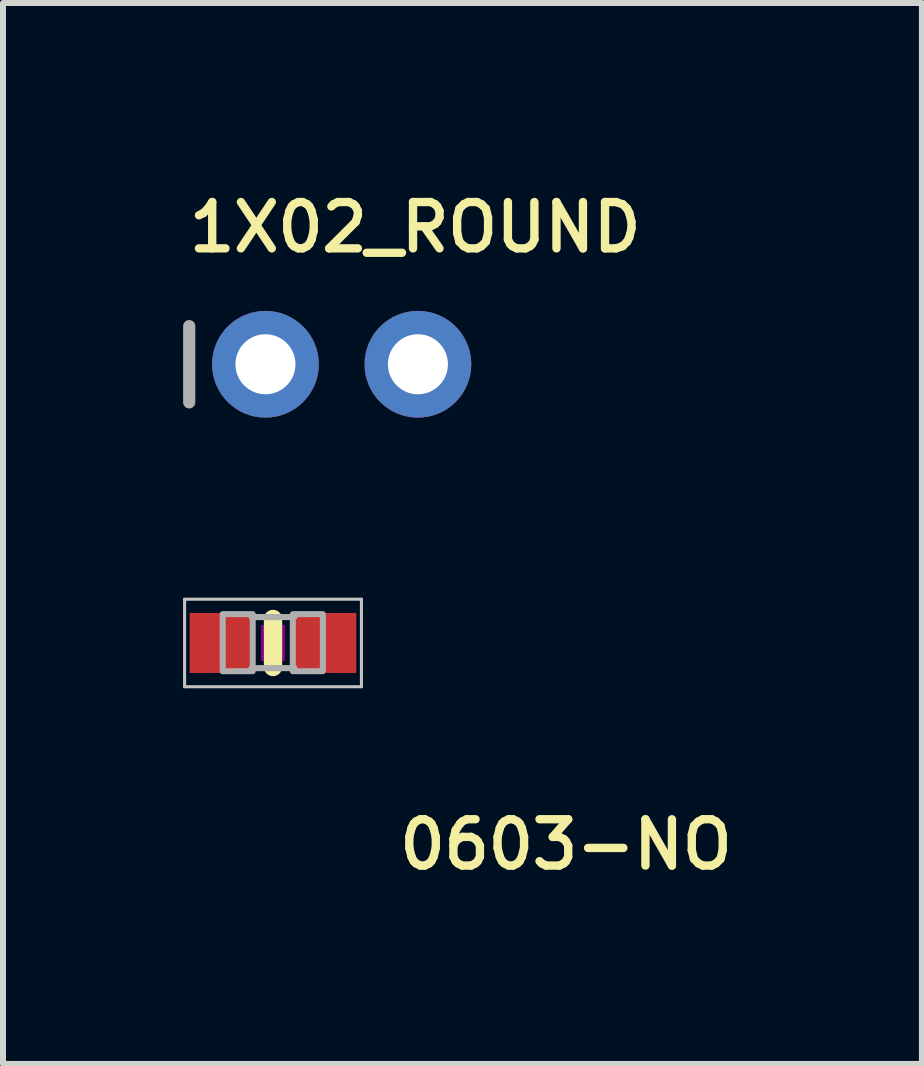
<source format=kicad_pcb>
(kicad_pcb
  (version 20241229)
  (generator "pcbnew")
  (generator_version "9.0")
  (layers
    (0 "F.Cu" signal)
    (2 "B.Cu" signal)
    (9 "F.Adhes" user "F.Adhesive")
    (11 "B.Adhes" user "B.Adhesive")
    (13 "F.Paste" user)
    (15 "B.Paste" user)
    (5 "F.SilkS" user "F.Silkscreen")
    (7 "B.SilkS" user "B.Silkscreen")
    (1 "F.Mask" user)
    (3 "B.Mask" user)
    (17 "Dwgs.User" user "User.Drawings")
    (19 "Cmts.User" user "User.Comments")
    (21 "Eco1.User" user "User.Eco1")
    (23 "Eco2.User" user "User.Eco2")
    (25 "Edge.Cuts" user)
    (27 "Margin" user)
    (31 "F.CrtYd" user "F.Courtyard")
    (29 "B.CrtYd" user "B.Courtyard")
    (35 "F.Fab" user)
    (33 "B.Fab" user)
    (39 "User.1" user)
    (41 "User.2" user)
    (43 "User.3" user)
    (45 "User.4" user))
  (footprint "0603-NO"
    (layer "F.Cu")
    (at 1.498 7.661)
    (property "Reference" "0603-NO" (at 2.032 3.81 180) (layer "F.SilkS") (effects (font (size 0.772 0.772) (thickness 0.139)) (justify left bottom)))
    (attr through_hole)
    (fp_line (start 0 -0.4) (end 0 0.4) (stroke (width 0.305) (type solid)) (layer "F.SilkS"))
    (fp_poly (pts (xy -0.2 0.3) (xy 0.2 0.3) (xy 0.2 -0.3) (xy -0.2 -0.3)) (stroke (width 0) (type solid)) (fill yes) (layer "F.Adhes"))
    (fp_line (start -1.473 -0.729) (end 1.473 -0.729) (stroke (width 0.051) (type solid)) (layer "Dwgs.User"))
    (fp_line (start -1.473 0.729) (end -1.473 -0.729) (stroke (width 0.051) (type solid)) (layer "Dwgs.User"))
    (fp_line (start 1.473 -0.729) (end 1.473 0.729) (stroke (width 0.051) (type solid)) (layer "Dwgs.User"))
    (fp_line (start 1.473 0.729) (end -1.473 0.729) (stroke (width 0.051) (type solid)) (layer "Dwgs.User"))
    (fp_line (start -0.356 -0.432) (end 0.356 -0.432) (stroke (width 0.102) (type solid)) (layer "F.Fab"))
    (fp_line (start -0.356 0.419) (end 0.356 0.419) (stroke (width 0.102) (type solid)) (layer "F.Fab"))
    (fp_poly (pts (xy -0.838 0.47) (xy -0.338 0.47) (xy -0.338 -0.48) (xy -0.838 -0.48)) (stroke (width 0.1) (type solid)) (fill no) (layer "F.Fab"))
    (fp_poly (pts (xy 0.33 0.47) (xy 0.83 0.47) (xy 0.83 -0.48) (xy 0.33 -0.48)) (stroke (width 0.1) (type solid)) (fill no) (layer "F.Fab"))
    (pad "1" smd rect (at -0.85 0) (size 1.075 1) (layers "F.Cu" "F.Mask" "F.Paste"))
    (pad "2" smd rect (at 0.85 0) (size 1.075 1) (layers "F.Cu" "F.Mask" "F.Paste")))
  (footprint "1X02_ROUND"
    (layer "F.Cu")
    (at 2.642 3.018)
    (property "Reference" "1X02_ROUND" (at -2.616 -1.829 0) (layer "F.SilkS") (effects (font (size 0.772 0.772) (thickness 0.139)) (justify left bottom)))
    (attr through_hole)
    (fp_line (start -2.54 -0.635) (end -2.54 0.635) (stroke (width 0.203) (type solid)) (layer "F.Fab"))
    (fp_poly (pts (xy -1.524 0.254) (xy -1.016 0.254) (xy -1.016 -0.254) (xy -1.524 -0.254)) (stroke (width 0.1) (type solid)) (fill no) (layer "F.Fab"))
    (fp_poly (pts (xy 1.016 0.254) (xy 1.524 0.254) (xy 1.524 -0.254) (xy 1.016 -0.254)) (stroke (width 0.1) (type solid)) (fill no) (layer "F.Fab"))
    (pad "1" thru_hole circle (at -1.27 0 90) (size 1.778 1.778) (drill 1) (layers "*.Cu" "*.Mask"))
    (pad "2" thru_hole circle (at 1.27 0 90) (size 1.778 1.778) (drill 1) (layers "*.Cu" "*.Mask")))
  (gr_rect
    (start -3 -3)
    (end 12.308 14.673)
    (stroke (width 0.1) (type default))
    (fill no)
    (layer "Edge.Cuts")))
</source>
